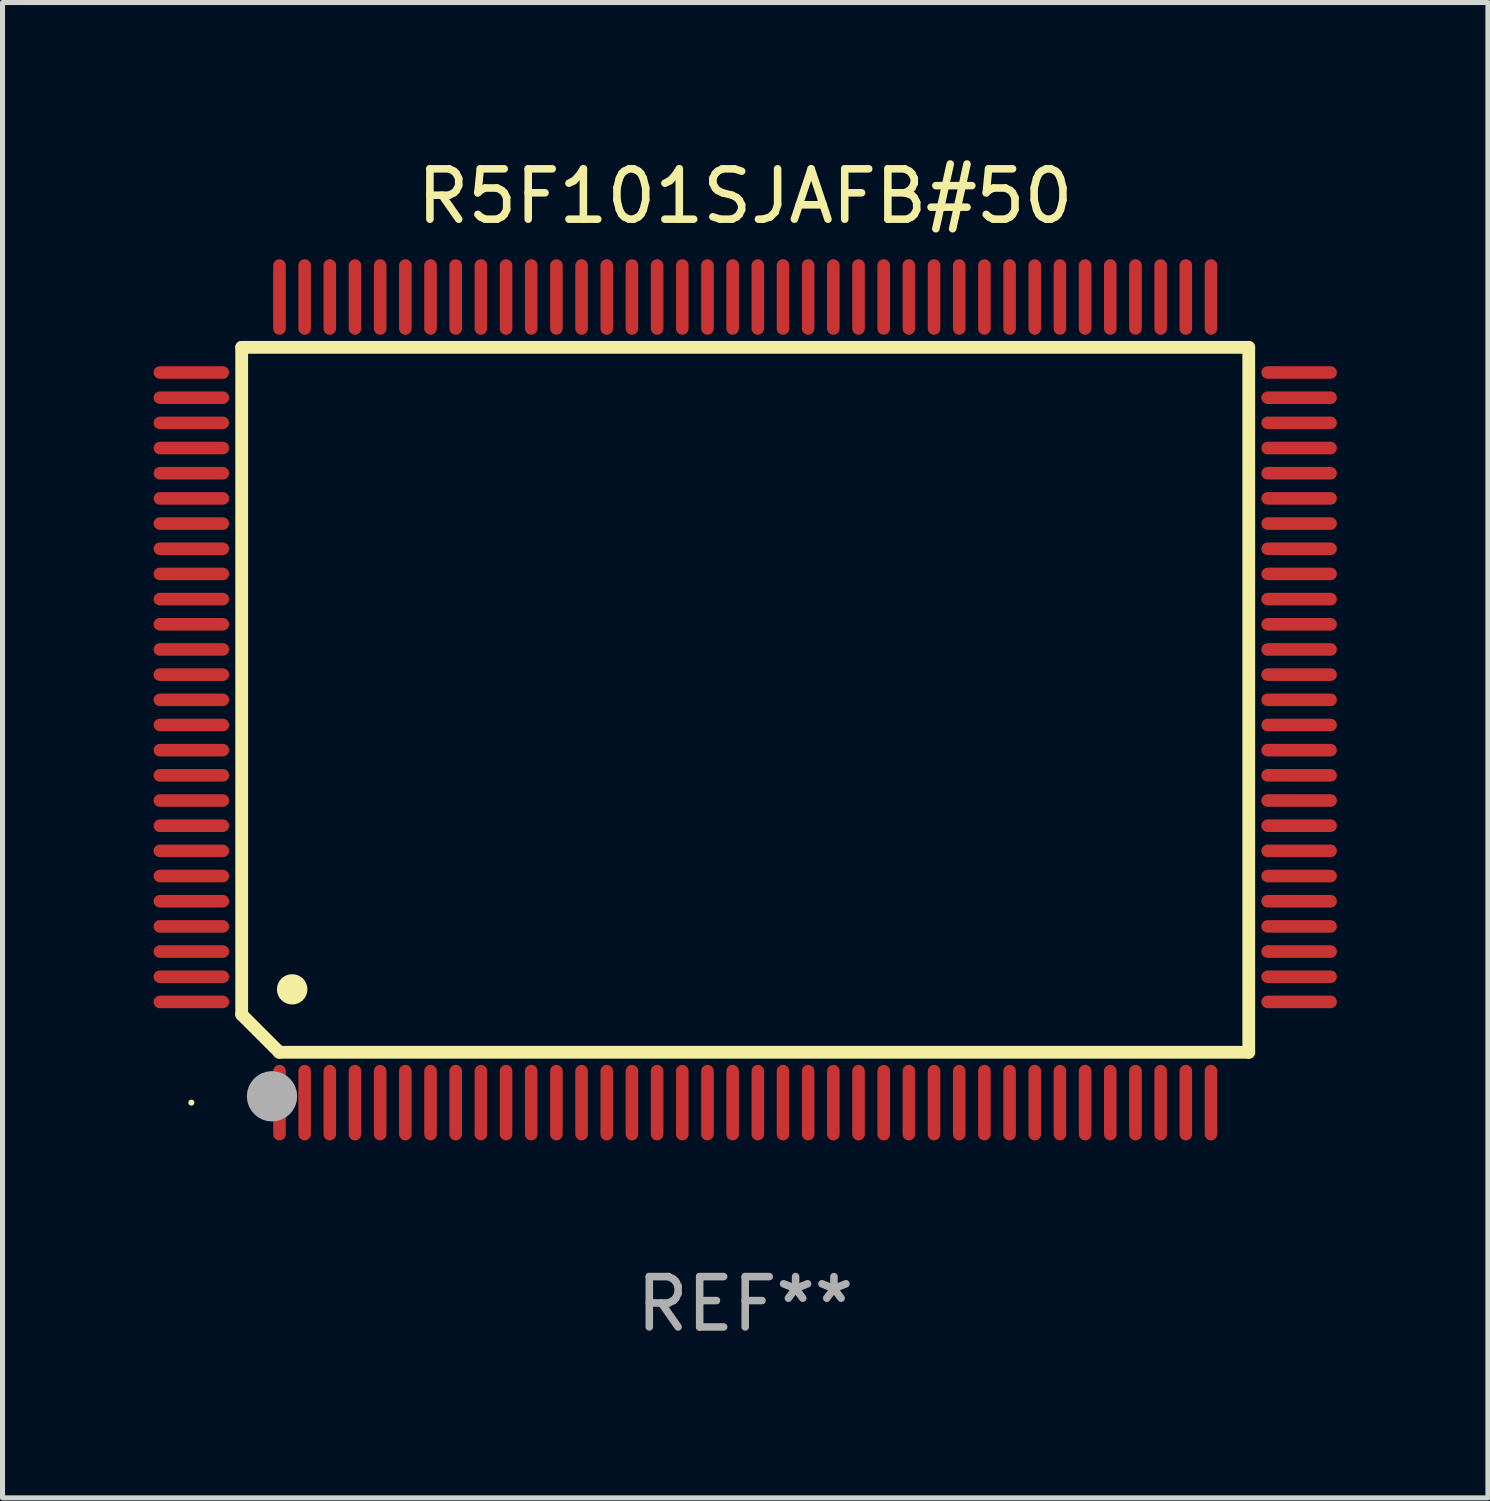
<source format=kicad_pcb>
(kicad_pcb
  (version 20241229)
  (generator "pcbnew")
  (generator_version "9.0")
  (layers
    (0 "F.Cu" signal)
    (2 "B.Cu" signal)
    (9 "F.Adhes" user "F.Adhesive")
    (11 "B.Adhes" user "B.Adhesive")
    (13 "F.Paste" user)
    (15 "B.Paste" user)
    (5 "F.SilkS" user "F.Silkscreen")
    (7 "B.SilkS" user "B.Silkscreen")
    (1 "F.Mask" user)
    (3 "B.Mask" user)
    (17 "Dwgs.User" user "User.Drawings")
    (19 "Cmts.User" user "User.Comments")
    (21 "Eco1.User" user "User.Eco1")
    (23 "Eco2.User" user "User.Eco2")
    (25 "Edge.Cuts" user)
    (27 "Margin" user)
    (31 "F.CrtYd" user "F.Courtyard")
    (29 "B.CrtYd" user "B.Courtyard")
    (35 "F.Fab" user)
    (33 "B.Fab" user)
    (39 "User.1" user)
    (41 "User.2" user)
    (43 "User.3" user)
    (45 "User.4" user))
  (footprint "R5F101SJAFB#50"
    (layer "F.Cu")
    (at 11.75 10.848)
    (property "Reference" "R5F101SJAFB#50" (at 0 -10 0) (layer "F.SilkS") (effects (font (size 1 1) (thickness 0.15))))
    (attr through_hole)
    (fp_line (start -10 -7) (end -10 6.25) (stroke (width 0.254) (type solid)) (layer "F.SilkS"))
    (fp_line (start -10 -7) (end 10 -7) (stroke (width 0.254) (type solid)) (layer "F.SilkS"))
    (fp_line (start -9.252 7) (end -10 6.252) (stroke (width 0.254) (type solid)) (layer "F.SilkS"))
    (fp_line (start 10 -7) (end 10 7) (stroke (width 0.254) (type solid)) (layer "F.SilkS"))
    (fp_line (start 10 7) (end -9.252 7) (stroke (width 0.254) (type solid)) (layer "F.SilkS"))
    (fp_arc (start -9.000025 5.750013) (mid -8.997485 5.750002) (end -8.994945 5.750013) (stroke (width 0.6) (type solid)) (layer "F.SilkS"))
    (fp_circle (center -11 8) (end -10.97 8) (stroke (width 0.06) (type solid)) (fill no) (layer "F.SilkS"))
    (fp_circle (center -9.398 7.874) (end -9.148 7.874) (stroke (width 0.5) (type solid)) (fill no) (layer "F.Fab"))
    (fp_text user "REF**" (at 0 12 0) (layer "F.Fab") (effects (font (size 1 1) (thickness 0.15))))
    (pad "1" smd oval (at -9.25 8) (size 0.25 1.5) (layers "F.Cu" "F.Mask" "F.Paste"))
    (pad "2" smd oval (at -8.75 8) (size 0.25 1.5) (layers "F.Cu" "F.Mask" "F.Paste"))
    (pad "3" smd oval (at -8.25 8) (size 0.25 1.5) (layers "F.Cu" "F.Mask" "F.Paste"))
    (pad "4" smd oval (at -7.75 8) (size 0.25 1.5) (layers "F.Cu" "F.Mask" "F.Paste"))
    (pad "5" smd oval (at -7.25 8) (size 0.25 1.5) (layers "F.Cu" "F.Mask" "F.Paste"))
    (pad "6" smd oval (at -6.75 8) (size 0.25 1.5) (layers "F.Cu" "F.Mask" "F.Paste"))
    (pad "7" smd oval (at -6.25 8) (size 0.25 1.5) (layers "F.Cu" "F.Mask" "F.Paste"))
    (pad "8" smd oval (at -5.75 8) (size 0.25 1.5) (layers "F.Cu" "F.Mask" "F.Paste"))
    (pad "9" smd oval (at -5.25 8) (size 0.25 1.5) (layers "F.Cu" "F.Mask" "F.Paste"))
    (pad "10" smd oval (at -4.75 8) (size 0.25 1.5) (layers "F.Cu" "F.Mask" "F.Paste"))
    (pad "11" smd oval (at -4.25 8) (size 0.25 1.5) (layers "F.Cu" "F.Mask" "F.Paste"))
    (pad "12" smd oval (at -3.75 8) (size 0.25 1.5) (layers "F.Cu" "F.Mask" "F.Paste"))
    (pad "13" smd oval (at -3.25 8) (size 0.25 1.5) (layers "F.Cu" "F.Mask" "F.Paste"))
    (pad "14" smd oval (at -2.75 8) (size 0.25 1.5) (layers "F.Cu" "F.Mask" "F.Paste"))
    (pad "15" smd oval (at -2.25 8) (size 0.25 1.5) (layers "F.Cu" "F.Mask" "F.Paste"))
    (pad "16" smd oval (at -1.75 8) (size 0.25 1.5) (layers "F.Cu" "F.Mask" "F.Paste"))
    (pad "17" smd oval (at -1.25 8) (size 0.25 1.5) (layers "F.Cu" "F.Mask" "F.Paste"))
    (pad "18" smd oval (at -0.75 8) (size 0.25 1.5) (layers "F.Cu" "F.Mask" "F.Paste"))
    (pad "19" smd oval (at -0.25 8) (size 0.25 1.5) (layers "F.Cu" "F.Mask" "F.Paste"))
    (pad "20" smd oval (at 0.25 8) (size 0.25 1.5) (layers "F.Cu" "F.Mask" "F.Paste"))
    (pad "21" smd oval (at 0.75 8) (size 0.25 1.5) (layers "F.Cu" "F.Mask" "F.Paste"))
    (pad "22" smd oval (at 1.25 8) (size 0.25 1.5) (layers "F.Cu" "F.Mask" "F.Paste"))
    (pad "23" smd oval (at 1.75 8) (size 0.25 1.5) (layers "F.Cu" "F.Mask" "F.Paste"))
    (pad "24" smd oval (at 2.25 8) (size 0.25 1.5) (layers "F.Cu" "F.Mask" "F.Paste"))
    (pad "25" smd oval (at 2.75 8) (size 0.25 1.5) (layers "F.Cu" "F.Mask" "F.Paste"))
    (pad "26" smd oval (at 3.25 8) (size 0.25 1.5) (layers "F.Cu" "F.Mask" "F.Paste"))
    (pad "27" smd oval (at 3.75 8) (size 0.25 1.5) (layers "F.Cu" "F.Mask" "F.Paste"))
    (pad "28" smd oval (at 4.25 8) (size 0.25 1.5) (layers "F.Cu" "F.Mask" "F.Paste"))
    (pad "29" smd oval (at 4.75 8) (size 0.25 1.5) (layers "F.Cu" "F.Mask" "F.Paste"))
    (pad "30" smd oval (at 5.25 8) (size 0.25 1.5) (layers "F.Cu" "F.Mask" "F.Paste"))
    (pad "31" smd oval (at 5.75 8) (size 0.25 1.5) (layers "F.Cu" "F.Mask" "F.Paste"))
    (pad "32" smd oval (at 6.25 8) (size 0.25 1.5) (layers "F.Cu" "F.Mask" "F.Paste"))
    (pad "33" smd oval (at 6.75 8 180) (size 0.25 1.5) (layers "F.Cu" "F.Mask" "F.Paste"))
    (pad "34" smd oval (at 7.25 8 180) (size 0.25 1.5) (layers "F.Cu" "F.Mask" "F.Paste"))
    (pad "35" smd oval (at 7.75 8 180) (size 0.25 1.5) (layers "F.Cu" "F.Mask" "F.Paste"))
    (pad "36" smd oval (at 8.25 8 180) (size 0.25 1.5) (layers "F.Cu" "F.Mask" "F.Paste"))
    (pad "37" smd oval (at 8.75 8 180) (size 0.25 1.5) (layers "F.Cu" "F.Mask" "F.Paste"))
    (pad "38" smd oval (at 9.25 8 180) (size 0.25 1.5) (layers "F.Cu" "F.Mask" "F.Paste"))
    (pad "39" smd oval (at 11 6 270) (size 0.25 1.5) (layers "F.Cu" "F.Mask" "F.Paste"))
    (pad "40" smd oval (at 11 5.5 270) (size 0.25 1.5) (layers "F.Cu" "F.Mask" "F.Paste"))
    (pad "41" smd oval (at 11 5 270) (size 0.25 1.5) (layers "F.Cu" "F.Mask" "F.Paste"))
    (pad "42" smd oval (at 11 4.5 270) (size 0.25 1.5) (layers "F.Cu" "F.Mask" "F.Paste"))
    (pad "43" smd oval (at 11 4 270) (size 0.25 1.5) (layers "F.Cu" "F.Mask" "F.Paste"))
    (pad "44" smd oval (at 11 3.5 270) (size 0.25 1.5) (layers "F.Cu" "F.Mask" "F.Paste"))
    (pad "45" smd oval (at 11 3 270) (size 0.25 1.5) (layers "F.Cu" "F.Mask" "F.Paste"))
    (pad "46" smd oval (at 11 2.5 270) (size 0.25 1.5) (layers "F.Cu" "F.Mask" "F.Paste"))
    (pad "47" smd oval (at 11 2 270) (size 0.25 1.5) (layers "F.Cu" "F.Mask" "F.Paste"))
    (pad "48" smd oval (at 11 1.5 270) (size 0.25 1.5) (layers "F.Cu" "F.Mask" "F.Paste"))
    (pad "49" smd oval (at 11 1 270) (size 0.25 1.5) (layers "F.Cu" "F.Mask" "F.Paste"))
    (pad "50" smd oval (at 11 0.5 270) (size 0.25 1.5) (layers "F.Cu" "F.Mask" "F.Paste"))
    (pad "51" smd oval (at 11 0 270) (size 0.25 1.5) (layers "F.Cu" "F.Mask" "F.Paste"))
    (pad "52" smd oval (at 11 -0.5 270) (size 0.25 1.5) (layers "F.Cu" "F.Mask" "F.Paste"))
    (pad "53" smd oval (at 11 -1 270) (size 0.25 1.5) (layers "F.Cu" "F.Mask" "F.Paste"))
    (pad "54" smd oval (at 11 -1.5 270) (size 0.25 1.5) (layers "F.Cu" "F.Mask" "F.Paste"))
    (pad "55" smd oval (at 11 -2 270) (size 0.25 1.5) (layers "F.Cu" "F.Mask" "F.Paste"))
    (pad "56" smd oval (at 11 -2.5 270) (size 0.25 1.5) (layers "F.Cu" "F.Mask" "F.Paste"))
    (pad "57" smd oval (at 11 -3 270) (size 0.25 1.5) (layers "F.Cu" "F.Mask" "F.Paste"))
    (pad "58" smd oval (at 11 -3.5 270) (size 0.25 1.5) (layers "F.Cu" "F.Mask" "F.Paste"))
    (pad "59" smd oval (at 11 -4 270) (size 0.25 1.5) (layers "F.Cu" "F.Mask" "F.Paste"))
    (pad "60" smd oval (at 11 -4.5 270) (size 0.25 1.5) (layers "F.Cu" "F.Mask" "F.Paste"))
    (pad "61" smd oval (at 11 -5 270) (size 0.25 1.5) (layers "F.Cu" "F.Mask" "F.Paste"))
    (pad "62" smd oval (at 11 -5.5 270) (size 0.25 1.5) (layers "F.Cu" "F.Mask" "F.Paste"))
    (pad "63" smd oval (at 11 -6 270) (size 0.25 1.5) (layers "F.Cu" "F.Mask" "F.Paste"))
    (pad "64" smd oval (at 11 -6.5 270) (size 0.25 1.5) (layers "F.Cu" "F.Mask" "F.Paste"))
    (pad "65" smd oval (at 9.25 -8 180) (size 0.25 1.5) (layers "F.Cu" "F.Mask" "F.Paste"))
    (pad "66" smd oval (at 8.75 -8 180) (size 0.25 1.5) (layers "F.Cu" "F.Mask" "F.Paste"))
    (pad "67" smd oval (at 8.25 -8 180) (size 0.25 1.5) (layers "F.Cu" "F.Mask" "F.Paste"))
    (pad "68" smd oval (at 7.75 -8 180) (size 0.25 1.5) (layers "F.Cu" "F.Mask" "F.Paste"))
    (pad "69" smd oval (at 7.25 -8 180) (size 0.25 1.5) (layers "F.Cu" "F.Mask" "F.Paste"))
    (pad "70" smd oval (at 6.75 -8 180) (size 0.25 1.5) (layers "F.Cu" "F.Mask" "F.Paste"))
    (pad "71" smd oval (at 6.25 -8 180) (size 0.25 1.5) (layers "F.Cu" "F.Mask" "F.Paste"))
    (pad "72" smd oval (at 5.75 -8 180) (size 0.25 1.5) (layers "F.Cu" "F.Mask" "F.Paste"))
    (pad "73" smd oval (at 5.25 -8 180) (size 0.25 1.5) (layers "F.Cu" "F.Mask" "F.Paste"))
    (pad "74" smd oval (at 4.75 -8 180) (size 0.25 1.5) (layers "F.Cu" "F.Mask" "F.Paste"))
    (pad "75" smd oval (at 4.25 -8 180) (size 0.25 1.5) (layers "F.Cu" "F.Mask" "F.Paste"))
    (pad "76" smd oval (at 3.75 -8 180) (size 0.25 1.5) (layers "F.Cu" "F.Mask" "F.Paste"))
    (pad "77" smd oval (at 3.25 -8 180) (size 0.25 1.5) (layers "F.Cu" "F.Mask" "F.Paste"))
    (pad "78" smd oval (at 2.75 -8 180) (size 0.25 1.5) (layers "F.Cu" "F.Mask" "F.Paste"))
    (pad "79" smd oval (at 2.25 -8 180) (size 0.25 1.5) (layers "F.Cu" "F.Mask" "F.Paste"))
    (pad "80" smd oval (at 1.75 -8 180) (size 0.25 1.5) (layers "F.Cu" "F.Mask" "F.Paste"))
    (pad "81" smd oval (at 1.25 -8 180) (size 0.25 1.5) (layers "F.Cu" "F.Mask" "F.Paste"))
    (pad "82" smd oval (at 0.75 -8 180) (size 0.25 1.5) (layers "F.Cu" "F.Mask" "F.Paste"))
    (pad "83" smd oval (at 0.25 -8 180) (size 0.25 1.5) (layers "F.Cu" "F.Mask" "F.Paste"))
    (pad "84" smd oval (at -0.25 -8 180) (size 0.25 1.5) (layers "F.Cu" "F.Mask" "F.Paste"))
    (pad "85" smd oval (at -0.75 -8 180) (size 0.25 1.5) (layers "F.Cu" "F.Mask" "F.Paste"))
    (pad "86" smd oval (at -1.25 -8 180) (size 0.25 1.5) (layers "F.Cu" "F.Mask" "F.Paste"))
    (pad "87" smd oval (at -1.75 -8 180) (size 0.25 1.5) (layers "F.Cu" "F.Mask" "F.Paste"))
    (pad "88" smd oval (at -2.25 -8 180) (size 0.25 1.5) (layers "F.Cu" "F.Mask" "F.Paste"))
    (pad "89" smd oval (at -2.75 -8 180) (size 0.25 1.5) (layers "F.Cu" "F.Mask" "F.Paste"))
    (pad "90" smd oval (at -3.25 -8 180) (size 0.25 1.5) (layers "F.Cu" "F.Mask" "F.Paste"))
    (pad "91" smd oval (at -3.75 -8 180) (size 0.25 1.5) (layers "F.Cu" "F.Mask" "F.Paste"))
    (pad "92" smd oval (at -4.25 -8 180) (size 0.25 1.5) (layers "F.Cu" "F.Mask" "F.Paste"))
    (pad "93" smd oval (at -4.75 -8 180) (size 0.25 1.5) (layers "F.Cu" "F.Mask" "F.Paste"))
    (pad "94" smd oval (at -5.25 -8 180) (size 0.25 1.5) (layers "F.Cu" "F.Mask" "F.Paste"))
    (pad "95" smd oval (at -5.75 -8 180) (size 0.25 1.5) (layers "F.Cu" "F.Mask" "F.Paste"))
    (pad "96" smd oval (at -6.25 -8 180) (size 0.25 1.5) (layers "F.Cu" "F.Mask" "F.Paste"))
    (pad "97" smd oval (at -6.75 -8 180) (size 0.25 1.5) (layers "F.Cu" "F.Mask" "F.Paste"))
    (pad "98" smd oval (at -7.25 -8 180) (size 0.25 1.5) (layers "F.Cu" "F.Mask" "F.Paste"))
    (pad "99" smd oval (at -7.75 -8 180) (size 0.25 1.5) (layers "F.Cu" "F.Mask" "F.Paste"))
    (pad "100" smd oval (at -8.25 -8 180) (size 0.25 1.5) (layers "F.Cu" "F.Mask" "F.Paste"))
    (pad "101" smd oval (at -8.75 -8 180) (size 0.25 1.5) (layers "F.Cu" "F.Mask" "F.Paste"))
    (pad "102" smd oval (at -9.25 -8) (size 0.25 1.5) (layers "F.Cu" "F.Mask" "F.Paste"))
    (pad "103" smd oval (at -11 -6.5 270) (size 0.25 1.5) (layers "F.Cu" "F.Mask" "F.Paste"))
    (pad "104" smd oval (at -11 -6 270) (size 0.25 1.5) (layers "F.Cu" "F.Mask" "F.Paste"))
    (pad "105" smd oval (at -11 -5.5 270) (size 0.25 1.5) (layers "F.Cu" "F.Mask" "F.Paste"))
    (pad "106" smd oval (at -11 -5 270) (size 0.25 1.5) (layers "F.Cu" "F.Mask" "F.Paste"))
    (pad "107" smd oval (at -11 -4.5 270) (size 0.25 1.5) (layers "F.Cu" "F.Mask" "F.Paste"))
    (pad "108" smd oval (at -11 -4 270) (size 0.25 1.5) (layers "F.Cu" "F.Mask" "F.Paste"))
    (pad "109" smd oval (at -11 -3.5 270) (size 0.25 1.5) (layers "F.Cu" "F.Mask" "F.Paste"))
    (pad "110" smd oval (at -11 -3 270) (size 0.25 1.5) (layers "F.Cu" "F.Mask" "F.Paste"))
    (pad "111" smd oval (at -11 -2.5 270) (size 0.25 1.5) (layers "F.Cu" "F.Mask" "F.Paste"))
    (pad "112" smd oval (at -11 -2 270) (size 0.25 1.5) (layers "F.Cu" "F.Mask" "F.Paste"))
    (pad "113" smd oval (at -11 -1.5 270) (size 0.25 1.5) (layers "F.Cu" "F.Mask" "F.Paste"))
    (pad "114" smd oval (at -11 -1 270) (size 0.25 1.5) (layers "F.Cu" "F.Mask" "F.Paste"))
    (pad "115" smd oval (at -11 -0.5 270) (size 0.25 1.5) (layers "F.Cu" "F.Mask" "F.Paste"))
    (pad "116" smd oval (at -11 0 270) (size 0.25 1.5) (layers "F.Cu" "F.Mask" "F.Paste"))
    (pad "117" smd oval (at -11 0.5 270) (size 0.25 1.5) (layers "F.Cu" "F.Mask" "F.Paste"))
    (pad "118" smd oval (at -11 1 270) (size 0.25 1.5) (layers "F.Cu" "F.Mask" "F.Paste"))
    (pad "119" smd oval (at -11 1.5 270) (size 0.25 1.5) (layers "F.Cu" "F.Mask" "F.Paste"))
    (pad "120" smd oval (at -11 2 270) (size 0.25 1.5) (layers "F.Cu" "F.Mask" "F.Paste"))
    (pad "121" smd oval (at -11 2.5 270) (size 0.25 1.5) (layers "F.Cu" "F.Mask" "F.Paste"))
    (pad "122" smd oval (at -11 3 270) (size 0.25 1.5) (layers "F.Cu" "F.Mask" "F.Paste"))
    (pad "123" smd oval (at -11 3.5 270) (size 0.25 1.5) (layers "F.Cu" "F.Mask" "F.Paste"))
    (pad "124" smd oval (at -11 4 270) (size 0.25 1.5) (layers "F.Cu" "F.Mask" "F.Paste"))
    (pad "125" smd oval (at -11 4.5 270) (size 0.25 1.5) (layers "F.Cu" "F.Mask" "F.Paste"))
    (pad "126" smd oval (at -11 5 270) (size 0.25 1.5) (layers "F.Cu" "F.Mask" "F.Paste"))
    (pad "127" smd oval (at -11 5.5 270) (size 0.25 1.5) (layers "F.Cu" "F.Mask" "F.Paste"))
    (pad "128" smd oval (at -11 6 270) (size 0.25 1.5) (layers "F.Cu" "F.Mask" "F.Paste")))
  (gr_rect
    (start -3 -3)
    (end 26.5 26.697)
    (stroke (width 0.1) (type default))
    (fill no)
    (layer "Edge.Cuts")))
</source>
